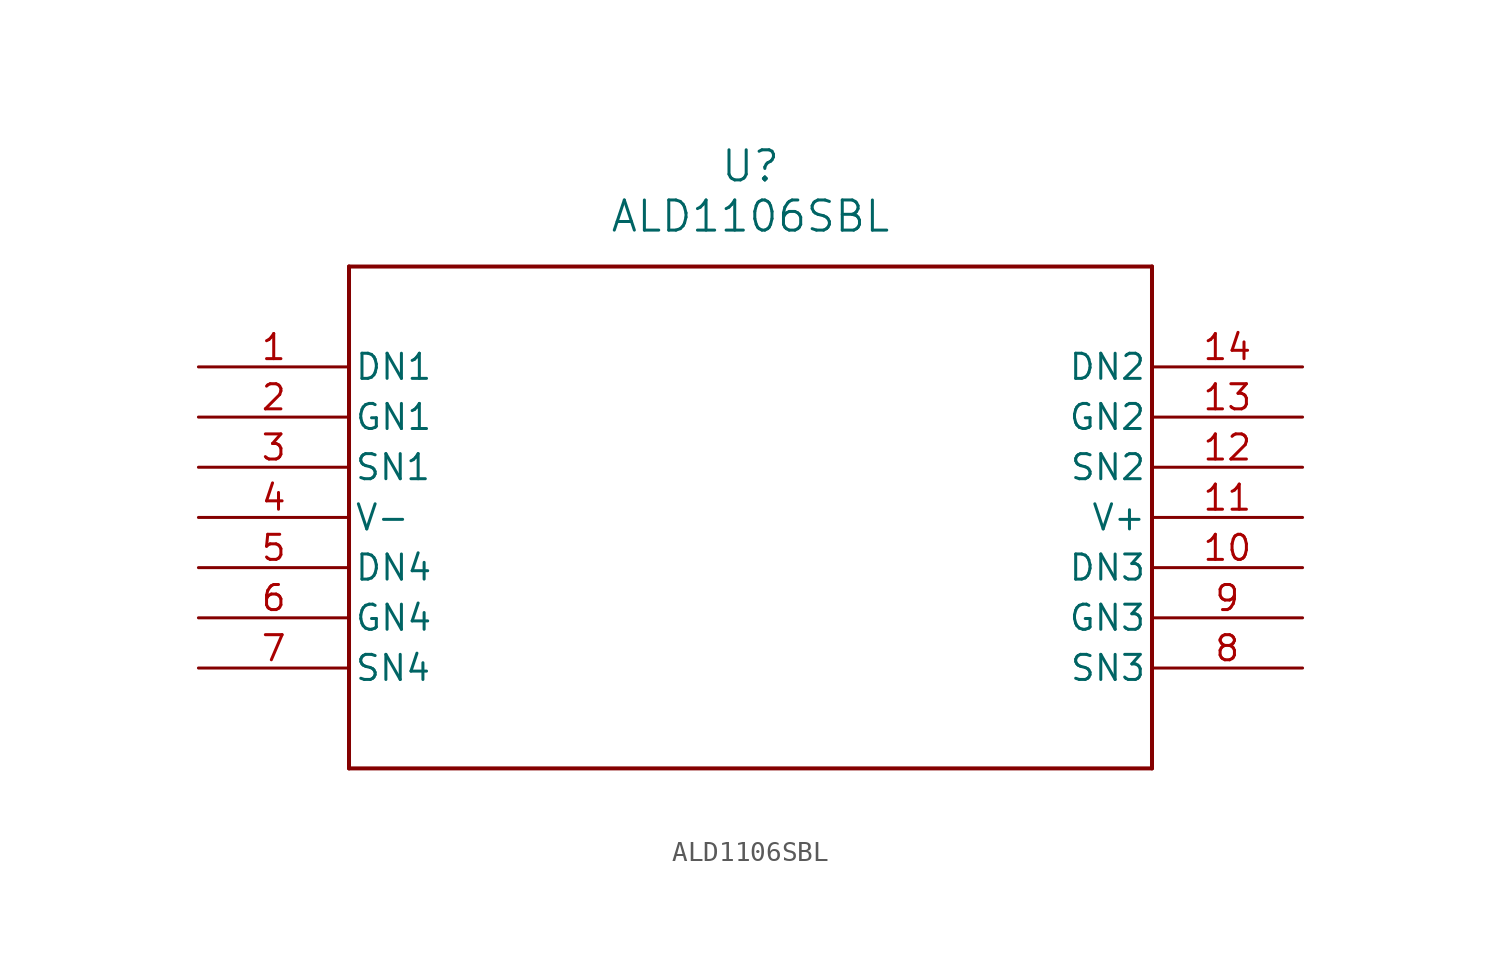
<source format=kicad_sym>
(kicad_symbol_lib
  (version 20220914)
  (generator kicad_symbol_editor)
  (symbol "ALD1106SBL"
    (pin_names
      (offset 0.254))
    (property "Reference" "U"
      (at 27.94 10.16 0)
      (effects (font (size 1.524 1.524))))
    (property "Value" "ALD1106SBL"
      (at 27.94 7.62 0)
      (effects (font (size 1.524 1.524))))
    (symbol "ALD1106SBL_0_1"
      (polyline (pts (xy 7.62 -20.32) (xy 48.26 -20.32)) (stroke (width 0.203) (type default)) (fill (type none)))
      (polyline (pts (xy 7.62 5.08) (xy 7.62 -20.32)) (stroke (width 0.203) (type default)) (fill (type none)))
      (polyline (pts (xy 48.26 -20.32) (xy 48.26 5.08)) (stroke (width 0.203) (type default)) (fill (type none)))
      (polyline (pts (xy 48.26 5.08) (xy 7.62 5.08)) (stroke (width 0.203) (type default)) (fill (type none)))
      (pin unspecified line (at 0 0 0) (length 7.62) (name "DN1" (effects (font (size 1.27 1.27)))) (number "1" (effects (font (size 1.27 1.27)))))
      (pin unspecified line (at 55.88 -10.16 180) (length 7.62) (name "DN3" (effects (font (size 1.27 1.27)))) (number "10" (effects (font (size 1.27 1.27)))))
      (pin power_in line (at 55.88 -7.62 180) (length 7.62) (name "V+" (effects (font (size 1.27 1.27)))) (number "11" (effects (font (size 1.27 1.27)))))
      (pin unspecified line (at 55.88 -5.08 180) (length 7.62) (name "SN2" (effects (font (size 1.27 1.27)))) (number "12" (effects (font (size 1.27 1.27)))))
      (pin unspecified line (at 55.88 -2.54 180) (length 7.62) (name "GN2" (effects (font (size 1.27 1.27)))) (number "13" (effects (font (size 1.27 1.27)))))
      (pin unspecified line (at 55.88 0 180) (length 7.62) (name "DN2" (effects (font (size 1.27 1.27)))) (number "14" (effects (font (size 1.27 1.27)))))
      (pin unspecified line (at 0 -2.54 0) (length 7.62) (name "GN1" (effects (font (size 1.27 1.27)))) (number "2" (effects (font (size 1.27 1.27)))))
      (pin unspecified line (at 0 -5.08 0) (length 7.62) (name "SN1" (effects (font (size 1.27 1.27)))) (number "3" (effects (font (size 1.27 1.27)))))
      (pin power_in line (at 0 -7.62 0) (length 7.62) (name "V-" (effects (font (size 1.27 1.27)))) (number "4" (effects (font (size 1.27 1.27)))))
      (pin unspecified line (at 0 -10.16 0) (length 7.62) (name "DN4" (effects (font (size 1.27 1.27)))) (number "5" (effects (font (size 1.27 1.27)))))
      (pin unspecified line (at 0 -12.7 0) (length 7.62) (name "GN4" (effects (font (size 1.27 1.27)))) (number "6" (effects (font (size 1.27 1.27)))))
      (pin unspecified line (at 0 -15.24 0) (length 7.62) (name "SN4" (effects (font (size 1.27 1.27)))) (number "7" (effects (font (size 1.27 1.27)))))
      (pin unspecified line (at 55.88 -15.24 180) (length 7.62) (name "SN3" (effects (font (size 1.27 1.27)))) (number "8" (effects (font (size 1.27 1.27)))))
      (pin unspecified line (at 55.88 -12.7 180) (length 7.62) (name "GN3" (effects (font (size 1.27 1.27)))) (number "9" (effects (font (size 1.27 1.27))))))))
</source>
